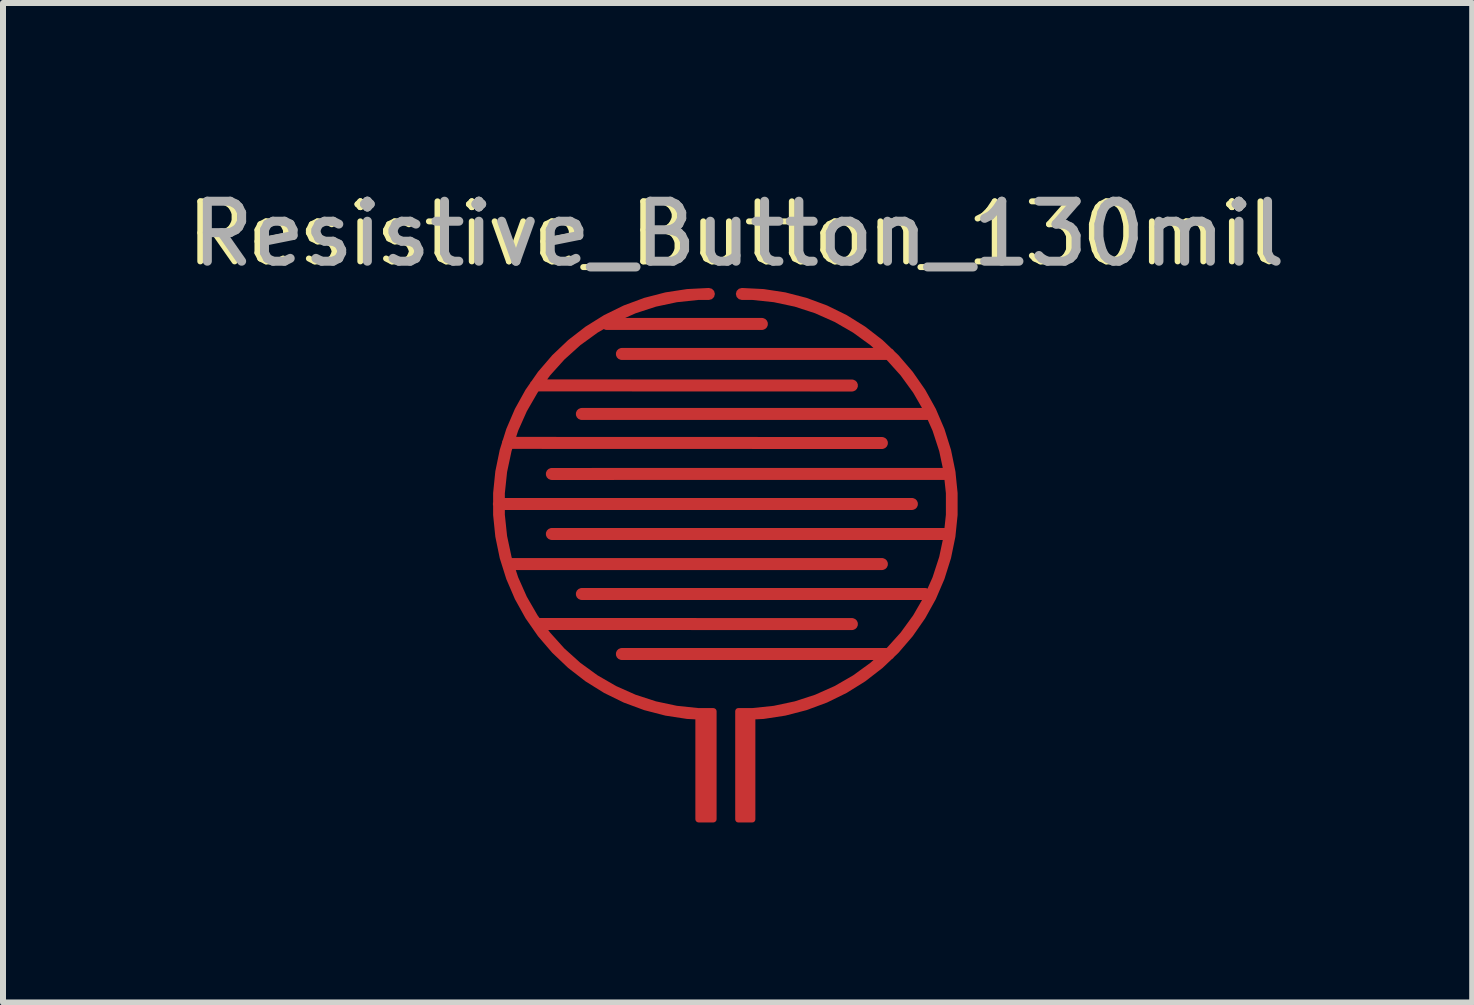
<source format=kicad_pcb>
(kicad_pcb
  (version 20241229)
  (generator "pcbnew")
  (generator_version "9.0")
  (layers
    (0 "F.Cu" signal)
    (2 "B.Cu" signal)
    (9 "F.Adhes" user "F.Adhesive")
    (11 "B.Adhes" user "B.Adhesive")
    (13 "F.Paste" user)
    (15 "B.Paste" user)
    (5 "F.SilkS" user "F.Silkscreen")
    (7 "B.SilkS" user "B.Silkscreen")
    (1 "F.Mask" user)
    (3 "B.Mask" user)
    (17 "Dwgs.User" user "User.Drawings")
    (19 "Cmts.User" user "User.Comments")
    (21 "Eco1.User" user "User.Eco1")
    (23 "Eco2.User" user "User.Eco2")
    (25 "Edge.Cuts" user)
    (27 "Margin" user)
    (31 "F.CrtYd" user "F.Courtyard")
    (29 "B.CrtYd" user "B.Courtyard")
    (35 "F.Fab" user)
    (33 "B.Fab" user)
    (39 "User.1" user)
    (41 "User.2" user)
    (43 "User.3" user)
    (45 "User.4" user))
  (footprint "Resistive_Button_130mil"
    (layer "F.Cu")
    (at 9.037 5.359)
    (property "Reference" "Resistive_Button_130mil" (at 0.108 -4.511 0) (unlocked yes) (layer "F.SilkS") (effects (font (size 1 1) (thickness 0.1))))
    (attr smd)
    (fp_text user "${REFERENCE}" (at 0.225 -4.511 0) (unlocked yes) (layer "F.Fab") (effects (font (size 1 1) (thickness 0.15))))
    (pad "1" smd custom (at -0.323 4.343 90) (size 0.353 0.353) (layers "F.Cu" "F.Mask" "F.Paste") (options (anchor circle)) (primitives (gr_poly (pts (xy -0.953 -0.124) (xy -0.948 -0.144) (xy -0.937 -0.161) (xy -0.92 -0.173) (xy -0.899 -0.177) (xy 0.899 -0.177) (xy 0.92 -0.173) (xy 0.937 -0.161) (xy 0.948 -0.144) (xy 0.953 -0.124) (xy 0.953 0.124) (xy 0.948 0.144) (xy 0.937 0.161) (xy 0.92 0.173) (xy 0.899 0.177) (xy -0.899 0.177) (xy -0.92 0.173) (xy -0.937 0.161) (xy -0.948 0.144) (xy -0.953 0.124)) (width 0) (fill yes)) (gr_arc (start 0.853583 0.048419) (mid 4.353583 -3.451581) (end 7.853583 0.048419) (width 0.2)) (gr_line (start 2.353 2.432) (end 2.354 -2.782) (width 0.2)) (gr_line (start 4.354 3.432) (end 4.354 -3.452) (width 0.2)) (gr_line (start 5.37 2.932) (end 5.372 -3.3) (width 0.2)) (gr_line (start 6.328 2.432) (end 6.33 -2.84) (width 0.2)) (gr_line (start 7.354 0.932) (end 7.354 -1.654) (width 0.2)) (gr_line (start 3.353 2.932) (end 3.353 -3.28) (width 0.2))))
    (pad "2" smd custom (at 0.332 4.343 90) (size 0.336 0.336) (layers "F.Cu" "F.Mask" "F.Paste") (options (anchor circle)) (primitives (gr_poly (pts (xy -0.953 -0.117) (xy -0.949 -0.137) (xy -0.938 -0.153) (xy -0.921 -0.164) (xy -0.902 -0.168) (xy 0.902 -0.168) (xy 0.921 -0.164) (xy 0.938 -0.153) (xy 0.949 -0.137) (xy 0.953 -0.117) (xy 0.953 0.117) (xy 0.949 0.137) (xy 0.938 0.153) (xy 0.921 0.164) (xy 0.902 0.168) (xy -0.902 0.168) (xy -0.921 0.164) (xy -0.938 0.153) (xy -0.949 0.137) (xy -0.953 0.117)) (width 0) (fill yes)) (gr_arc (start 7.853583 -0.057311) (mid 4.353583 3.442689) (end 0.853583 -0.057311) (width 0.2)) (gr_line (start 3.854 -3.224) (end 3.854 3.406) (width 0.2)) (gr_line (start 4.854 -3.224) (end 4.855 3.407) (width 0.2)) (gr_line (start 6.854 -2.057) (end 6.854 2.393) (width 0.2)) (gr_line (start 1.854 -2.057) (end 1.854 2.393) (width 0.2)) (gr_line (start 2.854 -2.724) (end 2.854 2.996) (width 0.2)) (gr_line (start 5.854 -2.724) (end 5.854 3.049) (width 0.2)))))
  (gr_rect
    (start -3 -3)
    (end 21.482 13.654)
    (stroke (width 0.1) (type default))
    (fill no)
    (layer "Edge.Cuts")))
</source>
